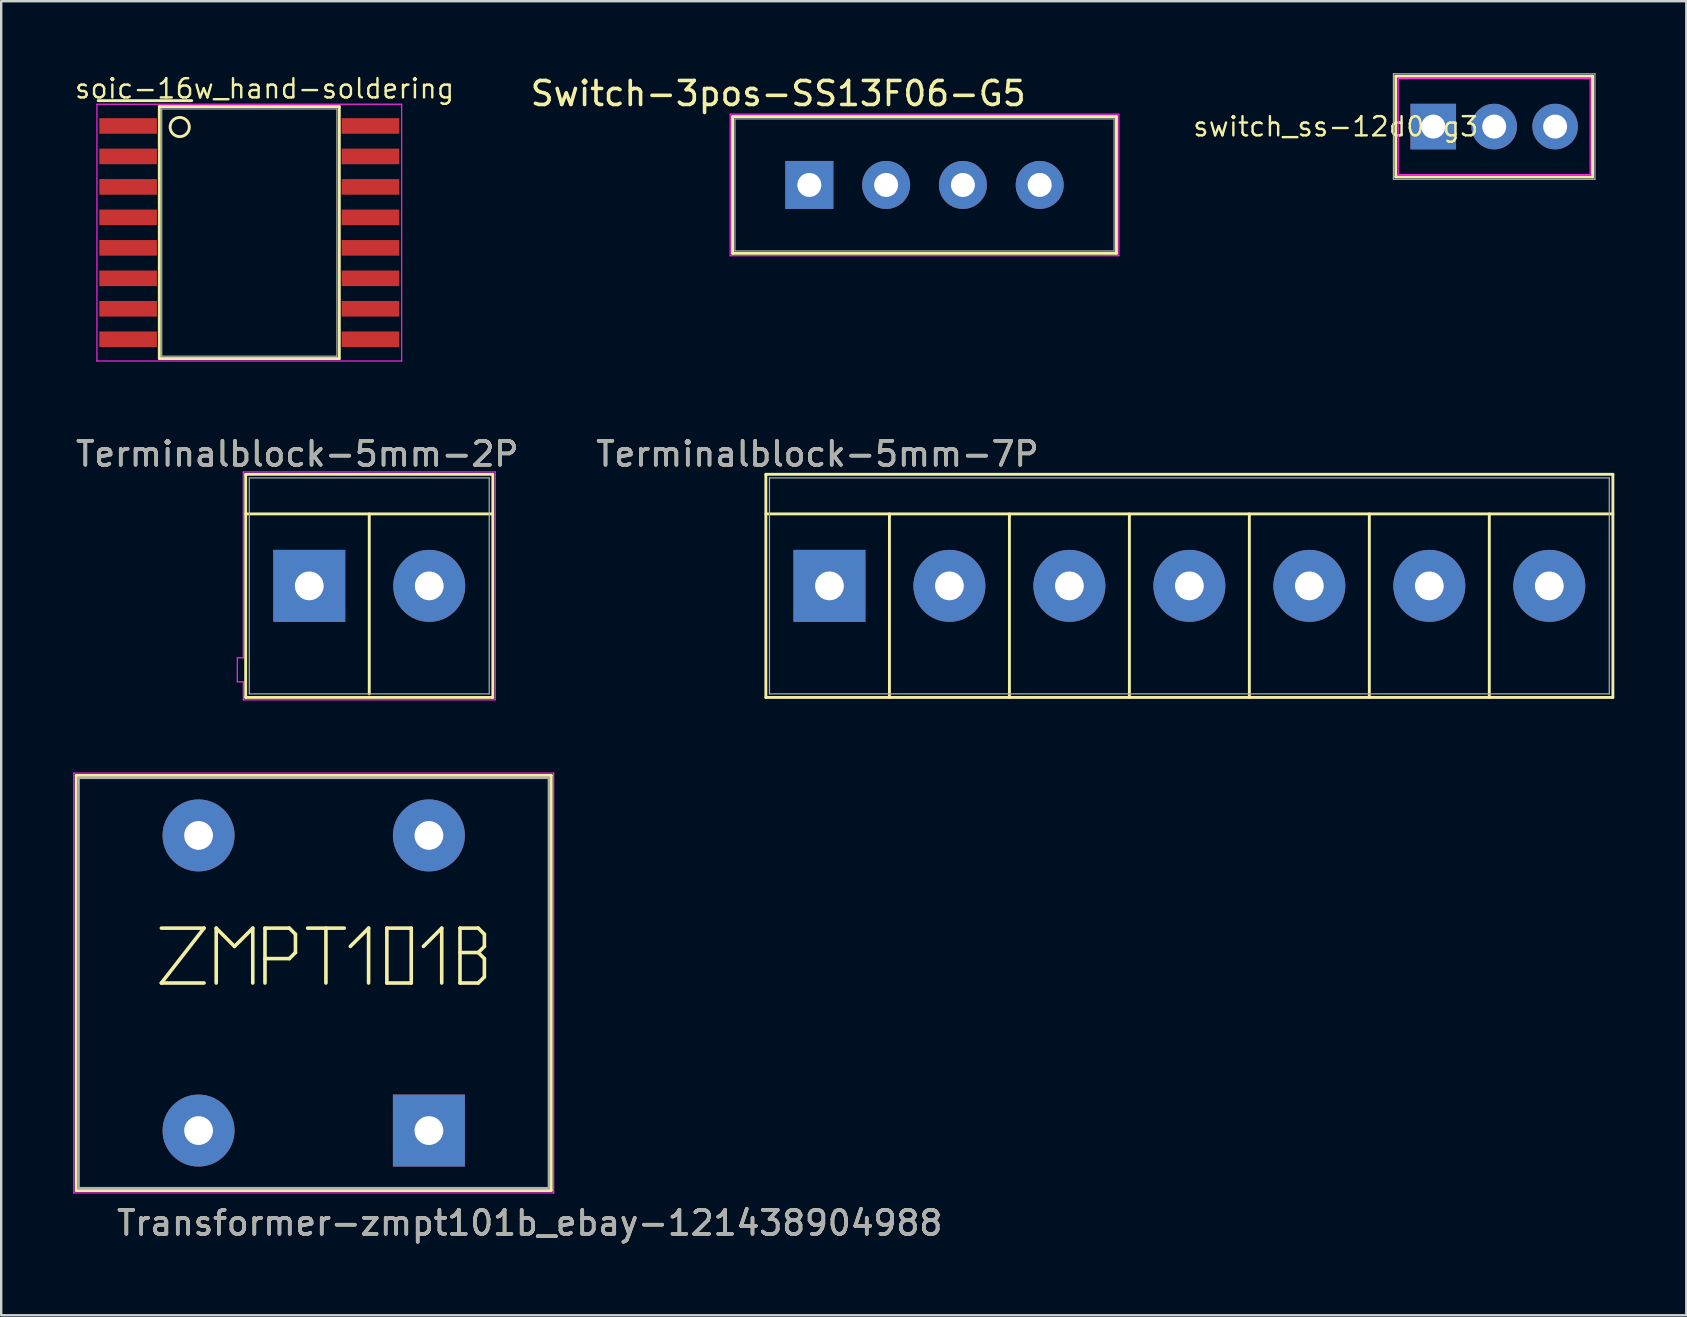
<source format=kicad_pcb>
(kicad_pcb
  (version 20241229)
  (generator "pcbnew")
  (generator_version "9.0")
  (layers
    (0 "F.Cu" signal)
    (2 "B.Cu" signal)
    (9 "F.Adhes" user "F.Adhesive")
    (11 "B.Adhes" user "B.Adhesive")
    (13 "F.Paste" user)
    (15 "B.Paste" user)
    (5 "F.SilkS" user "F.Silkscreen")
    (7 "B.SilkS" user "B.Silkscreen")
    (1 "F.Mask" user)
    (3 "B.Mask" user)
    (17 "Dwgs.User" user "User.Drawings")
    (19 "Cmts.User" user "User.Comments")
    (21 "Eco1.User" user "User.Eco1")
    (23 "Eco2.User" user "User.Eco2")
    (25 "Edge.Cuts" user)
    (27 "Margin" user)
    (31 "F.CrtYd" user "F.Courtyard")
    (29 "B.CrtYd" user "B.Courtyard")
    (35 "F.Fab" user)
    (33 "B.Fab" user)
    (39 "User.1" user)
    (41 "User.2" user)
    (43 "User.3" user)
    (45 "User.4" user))
  (footprint "Switch-3pos-SS13F06-G5"
    (layer "F.Cu")
    (at 30.654 4.658)
    (property "Reference" "Switch-3pos-SS13F06-G5" (at -1.27 -3.81 0) (layer "F.SilkS") (effects (font (size 1 1) (thickness 0.15))))
    (attr through_hole)
    (fp_line (start -3.174 -2.85) (end 12.826 -2.85) (stroke (width 0.12) (type solid)) (layer "F.SilkS"))
    (fp_line (start -3.174 2.85) (end -3.174 -2.85) (stroke (width 0.12) (type solid)) (layer "F.SilkS"))
    (fp_line (start 12.826 -2.85) (end 12.826 2.85) (stroke (width 0.12) (type solid)) (layer "F.SilkS"))
    (fp_line (start 12.826 2.85) (end -3.174 2.85) (stroke (width 0.12) (type solid)) (layer "F.SilkS"))
    (fp_line (start -3.274 -2.95) (end 12.926 -2.95) (stroke (width 0.05) (type solid)) (layer "F.CrtYd"))
    (fp_line (start -3.274 2.95) (end -3.274 -2.95) (stroke (width 0.05) (type solid)) (layer "F.CrtYd"))
    (fp_line (start 12.926 -2.95) (end 12.926 2.95) (stroke (width 0.05) (type solid)) (layer "F.CrtYd"))
    (fp_line (start 12.926 2.95) (end -3.274 2.95) (stroke (width 0.05) (type solid)) (layer "F.CrtYd"))
    (fp_line (start -3.074 -2.75) (end 12.726 -2.75) (stroke (width 0.05) (type solid)) (layer "F.Fab"))
    (fp_line (start -3.074 2.75) (end -3.074 -2.75) (stroke (width 0.05) (type solid)) (layer "F.Fab"))
    (fp_line (start 12.726 -2.75) (end 12.726 2.75) (stroke (width 0.05) (type solid)) (layer "F.Fab"))
    (fp_line (start 12.726 2.75) (end -3.074 2.75) (stroke (width 0.05) (type solid)) (layer "F.Fab"))
    (pad "1" thru_hole rect (at 0.026 0) (size 2 2) (drill 1) (layers "*.Cu" "*.Mask"))
    (pad "2" thru_hole circle (at 3.226 0) (size 2 2) (drill 1) (layers "*.Cu" "*.Mask"))
    (pad "3" thru_hole circle (at 6.426 0) (size 2 2) (drill 1) (layers "*.Cu" "*.Mask"))
    (pad "4" thru_hole circle (at 9.626 0) (size 2 2) (drill 1) (layers "*.Cu" "*.Mask")))
  (footprint "Terminalblock-5mm-2P"
    (layer "F.Cu")
    (at 9.839 21.367)
    (property "Reference" "Terminalblock-5mm-2P" (at -0.5 -5.5 0) (layer "F.SilkS") (effects (font (size 1 1) (thickness 0.15))))
    (attr through_hole)
    (fp_line (start -2.65 -4.65) (end 7.65 -4.65) (stroke (width 0.12) (type solid)) (layer "F.SilkS"))
    (fp_line (start -2.65 -3) (end 7.65 -3) (stroke (width 0.12) (type solid)) (layer "F.SilkS"))
    (fp_line (start -2.65 4.65) (end -2.65 -4.65) (stroke (width 0.12) (type solid)) (layer "F.SilkS"))
    (fp_line (start 2.5 4.5) (end 2.5 -3) (stroke (width 0.12) (type solid)) (layer "F.SilkS"))
    (fp_line (start 7.65 -4.65) (end 7.65 4.65) (stroke (width 0.12) (type solid)) (layer "F.SilkS"))
    (fp_line (start 7.65 4.65) (end -2.65 4.65) (stroke (width 0.12) (type solid)) (layer "F.SilkS"))
    (fp_line (start -3 3) (end -2.75 3) (stroke (width 0.05) (type solid)) (layer "F.CrtYd"))
    (fp_line (start -3 4) (end -3 3) (stroke (width 0.05) (type solid)) (layer "F.CrtYd"))
    (fp_line (start -2.75 -4.75) (end 7.75 -4.75) (stroke (width 0.05) (type solid)) (layer "F.CrtYd"))
    (fp_line (start -2.75 3) (end -2.75 -4.75) (stroke (width 0.05) (type solid)) (layer "F.CrtYd"))
    (fp_line (start -2.75 4) (end -3 4) (stroke (width 0.05) (type solid)) (layer "F.CrtYd"))
    (fp_line (start -2.75 4.75) (end -2.75 4) (stroke (width 0.05) (type solid)) (layer "F.CrtYd"))
    (fp_line (start 7.75 -4.75) (end 7.75 4.75) (stroke (width 0.05) (type solid)) (layer "F.CrtYd"))
    (fp_line (start 7.75 4.75) (end -2.75 4.75) (stroke (width 0.05) (type solid)) (layer "F.CrtYd"))
    (fp_line (start -2.5 -4.5) (end -2.5 4.5) (stroke (width 0.05) (type solid)) (layer "F.Fab"))
    (fp_line (start -2.5 4.5) (end 7.5 4.5) (stroke (width 0.05) (type solid)) (layer "F.Fab"))
    (fp_line (start 7.5 -4.5) (end -2.5 -4.5) (stroke (width 0.05) (type solid)) (layer "F.Fab"))
    (fp_line (start 7.5 4.5) (end 7.5 -4.5) (stroke (width 0.05) (type solid)) (layer "F.Fab"))
    (fp_text user "${REFERENCE}" (at -0.5 -5.5 0) (layer "F.Fab") (effects (font (size 1 1) (thickness 0.15))))
    (pad "1" thru_hole rect (at 0 0) (size 3 3) (drill 1.2) (layers "*.Cu" "*.Mask"))
    (pad "2" thru_hole circle (at 5 0) (size 3 3) (drill 1.2) (layers "*.Cu" "*.Mask")))
  (footprint "soic-16w_hand-soldering"
    (layer "F.Cu")
    (at 7.34 6.644)
    (property "Reference" "soic-16w_hand-soldering" (at 0.635 -6 0) (layer "F.SilkS") (effects (font (size 0.8 0.8) (thickness 0.1))))
    (attr smd)
    (fp_line (start -3.75 -5.25) (end 3.75 -5.25) (stroke (width 0.12) (type solid)) (layer "F.SilkS"))
    (fp_line (start -3.75 5.25) (end -3.75 -5.25) (stroke (width 0.12) (type solid)) (layer "F.SilkS"))
    (fp_line (start -2.4 -5.5) (end -6.3 -5.5) (stroke (width 0.12) (type solid)) (layer "F.SilkS"))
    (fp_line (start 3.75 -5.25) (end 3.75 5.25) (stroke (width 0.12) (type solid)) (layer "F.SilkS"))
    (fp_line (start 3.75 5.25) (end -3.75 5.25) (stroke (width 0.12) (type solid)) (layer "F.SilkS"))
    (fp_circle (center -2.9 -4.4) (end -2.5 -4.4) (stroke (width 0.12) (type solid)) (fill no) (layer "F.SilkS"))
    (fp_line (start -6.35 -5.35) (end 6.35 -5.35) (stroke (width 0.05) (type solid)) (layer "F.CrtYd"))
    (fp_line (start -6.35 5.35) (end -6.35 -5.35) (stroke (width 0.05) (type solid)) (layer "F.CrtYd"))
    (fp_line (start 6.35 -5.35) (end 6.35 5.35) (stroke (width 0.05) (type solid)) (layer "F.CrtYd"))
    (fp_line (start 6.35 5.35) (end -6.35 5.35) (stroke (width 0.05) (type solid)) (layer "F.CrtYd"))
    (fp_line (start -3.65 -5.15) (end 3.65 -5.15) (stroke (width 0.05) (type solid)) (layer "F.Fab"))
    (fp_line (start -3.65 5.15) (end -3.65 -5.15) (stroke (width 0.05) (type solid)) (layer "F.Fab"))
    (fp_line (start 3.65 -5.15) (end 3.65 5.15) (stroke (width 0.05) (type solid)) (layer "F.Fab"))
    (fp_line (start 3.65 5.15) (end -3.65 5.15) (stroke (width 0.05) (type solid)) (layer "F.Fab"))
    (pad "1" smd rect (at -5.05 -4.445) (size 2.4 0.65) (layers "F.Cu" "F.Mask" "F.Paste"))
    (pad "2" smd rect (at -5.05 -3.175) (size 2.4 0.65) (layers "F.Cu" "F.Mask" "F.Paste"))
    (pad "3" smd rect (at -5.05 -1.905) (size 2.4 0.65) (layers "F.Cu" "F.Mask" "F.Paste"))
    (pad "4" smd rect (at -5.05 -0.635) (size 2.4 0.65) (layers "F.Cu" "F.Mask" "F.Paste"))
    (pad "5" smd rect (at -5.05 0.635) (size 2.4 0.65) (layers "F.Cu" "F.Mask" "F.Paste"))
    (pad "6" smd rect (at -5.05 1.905) (size 2.4 0.65) (layers "F.Cu" "F.Mask" "F.Paste"))
    (pad "7" smd rect (at -5.05 3.175) (size 2.4 0.65) (layers "F.Cu" "F.Mask" "F.Paste"))
    (pad "8" smd rect (at -5.05 4.445) (size 2.4 0.65) (layers "F.Cu" "F.Mask" "F.Paste"))
    (pad "9" smd rect (at 5.05 4.445) (size 2.4 0.65) (layers "F.Cu" "F.Mask" "F.Paste"))
    (pad "10" smd rect (at 5.05 3.175) (size 2.4 0.65) (layers "F.Cu" "F.Mask" "F.Paste"))
    (pad "11" smd rect (at 5.05 1.905) (size 2.4 0.65) (layers "F.Cu" "F.Mask" "F.Paste"))
    (pad "12" smd rect (at 5.05 0.635) (size 2.4 0.65) (layers "F.Cu" "F.Mask" "F.Paste"))
    (pad "13" smd rect (at 5.05 -0.635) (size 2.4 0.65) (layers "F.Cu" "F.Mask" "F.Paste"))
    (pad "14" smd rect (at 5.05 -1.905) (size 2.4 0.65) (layers "F.Cu" "F.Mask" "F.Paste"))
    (pad "15" smd rect (at 5.05 -3.175) (size 2.4 0.65) (layers "F.Cu" "F.Mask" "F.Paste"))
    (pad "16" smd rect (at 5.05 -4.445) (size 2.4 0.65) (layers "F.Cu" "F.Mask" "F.Paste")))
  (footprint "Terminalblock-5mm-7P"
    (layer "F.Cu")
    (at 31.518 21.367)
    (property "Reference" "Terminalblock-5mm-7P" (at -0.5 -5.5 0) (layer "F.SilkS") (effects (font (size 1 1) (thickness 0.15))))
    (attr through_hole)
    (fp_line (start -2.65 -4.65) (end 32.65 -4.65) (stroke (width 0.12) (type solid)) (layer "F.SilkS"))
    (fp_line (start -2.65 -3) (end 32.65 -3) (stroke (width 0.12) (type solid)) (layer "F.SilkS"))
    (fp_line (start -2.65 4.65) (end -2.65 -4.65) (stroke (width 0.12) (type solid)) (layer "F.SilkS"))
    (fp_line (start 2.5 4.65) (end 2.5 -3) (stroke (width 0.12) (type solid)) (layer "F.SilkS"))
    (fp_line (start 7.5 4.65) (end 7.5 -3) (stroke (width 0.12) (type solid)) (layer "F.SilkS"))
    (fp_line (start 12.5 4.65) (end 12.5 -3) (stroke (width 0.12) (type solid)) (layer "F.SilkS"))
    (fp_line (start 17.5 4.65) (end 17.5 -3) (stroke (width 0.12) (type solid)) (layer "F.SilkS"))
    (fp_line (start 22.5 4.65) (end 22.5 -3) (stroke (width 0.12) (type solid)) (layer "F.SilkS"))
    (fp_line (start 27.5 4.65) (end 27.5 -3) (stroke (width 0.12) (type solid)) (layer "F.SilkS"))
    (fp_line (start 32.65 -4.65) (end 32.65 4.65) (stroke (width 0.12) (type solid)) (layer "F.SilkS"))
    (fp_line (start 32.65 4.65) (end -2.65 4.65) (stroke (width 0.12) (type solid)) (layer "F.SilkS"))
    (fp_line (start -2.5 -4.5) (end -2.5 4.5) (stroke (width 0.05) (type solid)) (layer "F.Fab"))
    (fp_line (start -2.5 4.5) (end 32.5 4.5) (stroke (width 0.05) (type solid)) (layer "F.Fab"))
    (fp_line (start 32.5 -4.5) (end -2.5 -4.5) (stroke (width 0.05) (type solid)) (layer "F.Fab"))
    (fp_line (start 32.5 4.5) (end 32.5 -4.5) (stroke (width 0.05) (type solid)) (layer "F.Fab"))
    (fp_text user "${REFERENCE}" (at -0.5 -5.5 0) (layer "F.Fab") (effects (font (size 1 1) (thickness 0.15))))
    (pad "1" thru_hole rect (at 0 0) (size 3 3) (drill 1.2) (layers "*.Cu" "*.Mask"))
    (pad "2" thru_hole circle (at 5 0) (size 3 3) (drill 1.2) (layers "*.Cu" "*.Mask"))
    (pad "3" thru_hole circle (at 10 0) (size 3 3) (drill 1.2) (layers "*.Cu" "*.Mask"))
    (pad "4" thru_hole circle (at 15 0) (size 3 3) (drill 1.2) (layers "*.Cu" "*.Mask"))
    (pad "5" thru_hole circle (at 20 0) (size 3 3) (drill 1.2) (layers "*.Cu" "*.Mask"))
    (pad "6" thru_hole circle (at 25 0) (size 3 3) (drill 1.2) (layers "*.Cu" "*.Mask"))
    (pad "7" thru_hole circle (at 30 0) (size 3 3) (drill 1.2) (layers "*.Cu" "*.Mask")))
  (footprint "Transformer-zmpt101b_ebay-121438904988"
    (layer "F.Cu")
    (at 10.025 37.917)
    (property "Reference" "Transformer-zmpt101b_ebay-121438904988" (at 9 10 0) (layer "F.SilkS") (effects (font (size 1 1) (thickness 0.15))))
    (attr through_hole)
    (fp_line (start -9.9 -8.65) (end -9.9 8.65) (stroke (width 0.12) (type solid)) (layer "F.SilkS"))
    (fp_line (start -9.9 -8.65) (end 9.9 -8.65) (stroke (width 0.12) (type solid)) (layer "F.SilkS"))
    (fp_line (start -9.9 8.65) (end 9.9 8.65) (stroke (width 0.12) (type solid)) (layer "F.SilkS"))
    (fp_line (start -6.35 -2.286) (end -4.572 -2.286) (stroke (width 0.15) (type solid)) (layer "F.SilkS"))
    (fp_line (start -6.35 0) (end -4.572 0) (stroke (width 0.15) (type solid)) (layer "F.SilkS"))
    (fp_line (start -4.572 -2.286) (end -6.35 0) (stroke (width 0.15) (type solid)) (layer "F.SilkS"))
    (fp_line (start -4.064 -2.286) (end -3.302 -1.524) (stroke (width 0.15) (type solid)) (layer "F.SilkS"))
    (fp_line (start -4.064 0) (end -4.064 -2.286) (stroke (width 0.15) (type solid)) (layer "F.SilkS"))
    (fp_line (start -3.302 -1.524) (end -2.54 -2.286) (stroke (width 0.15) (type solid)) (layer "F.SilkS"))
    (fp_line (start -2.54 -2.286) (end -2.54 0) (stroke (width 0.15) (type solid)) (layer "F.SilkS"))
    (fp_line (start -2.032 -2.286) (end -1.016 -2.286) (stroke (width 0.15) (type solid)) (layer "F.SilkS"))
    (fp_line (start -2.032 0) (end -2.032 -2.286) (stroke (width 0.15) (type solid)) (layer "F.SilkS"))
    (fp_line (start -1.016 -2.286) (end -0.762 -2.032) (stroke (width 0.15) (type solid)) (layer "F.SilkS"))
    (fp_line (start -1.016 -1.016) (end -2.032 -1.016) (stroke (width 0.15) (type solid)) (layer "F.SilkS"))
    (fp_line (start -0.762 -2.032) (end -0.762 -1.27) (stroke (width 0.15) (type solid)) (layer "F.SilkS"))
    (fp_line (start -0.762 -1.27) (end -1.016 -1.016) (stroke (width 0.15) (type solid)) (layer "F.SilkS"))
    (fp_line (start -0.254 -2.286) (end 1.27 -2.286) (stroke (width 0.15) (type solid)) (layer "F.SilkS"))
    (fp_line (start 0.508 -2.286) (end 0.508 0) (stroke (width 0.15) (type solid)) (layer "F.SilkS"))
    (fp_line (start 1.524 -1.524) (end 2.286 -2.286) (stroke (width 0.15) (type solid)) (layer "F.SilkS"))
    (fp_line (start 2.286 -2.286) (end 2.286 0) (stroke (width 0.15) (type solid)) (layer "F.SilkS"))
    (fp_line (start 3.048 -2.286) (end 4.064 -2.286) (stroke (width 0.15) (type solid)) (layer "F.SilkS"))
    (fp_line (start 3.048 0) (end 3.048 -2.286) (stroke (width 0.15) (type solid)) (layer "F.SilkS"))
    (fp_line (start 4.064 -2.286) (end 4.064 0) (stroke (width 0.15) (type solid)) (layer "F.SilkS"))
    (fp_line (start 4.064 0) (end 3.048 0) (stroke (width 0.15) (type solid)) (layer "F.SilkS"))
    (fp_line (start 4.572 -1.524) (end 5.334 -2.286) (stroke (width 0.15) (type solid)) (layer "F.SilkS"))
    (fp_line (start 5.334 -2.286) (end 5.334 0) (stroke (width 0.15) (type solid)) (layer "F.SilkS"))
    (fp_line (start 6.096 -2.286) (end 6.096 0) (stroke (width 0.15) (type solid)) (layer "F.SilkS"))
    (fp_line (start 6.096 -2.286) (end 6.858 -2.286) (stroke (width 0.15) (type solid)) (layer "F.SilkS"))
    (fp_line (start 6.096 0) (end 6.858 0) (stroke (width 0.15) (type solid)) (layer "F.SilkS"))
    (fp_line (start 6.858 -2.286) (end 7.112 -2.032) (stroke (width 0.15) (type solid)) (layer "F.SilkS"))
    (fp_line (start 6.858 -1.27) (end 6.096 -1.27) (stroke (width 0.15) (type solid)) (layer "F.SilkS"))
    (fp_line (start 6.858 0) (end 7.112 -0.254) (stroke (width 0.15) (type solid)) (layer "F.SilkS"))
    (fp_line (start 7.112 -2.032) (end 7.112 -1.524) (stroke (width 0.15) (type solid)) (layer "F.SilkS"))
    (fp_line (start 7.112 -1.524) (end 6.858 -1.27) (stroke (width 0.15) (type solid)) (layer "F.SilkS"))
    (fp_line (start 7.112 -1.016) (end 6.858 -1.27) (stroke (width 0.15) (type solid)) (layer "F.SilkS"))
    (fp_line (start 7.112 -0.254) (end 7.112 -1.016) (stroke (width 0.15) (type solid)) (layer "F.SilkS"))
    (fp_line (start 9.9 -8.65) (end 9.9 8.65) (stroke (width 0.12) (type solid)) (layer "F.SilkS"))
    (fp_line (start -10 -8.75) (end -10 8.75) (stroke (width 0.05) (type solid)) (layer "F.CrtYd"))
    (fp_line (start -10 -8.75) (end 10 -8.75) (stroke (width 0.05) (type solid)) (layer "F.CrtYd"))
    (fp_line (start -10 8.75) (end 10 8.75) (stroke (width 0.05) (type solid)) (layer "F.CrtYd"))
    (fp_line (start 10 -8.75) (end 10 8.75) (stroke (width 0.05) (type solid)) (layer "F.CrtYd"))
    (fp_line (start -9.8 -8.55) (end -9.8 8.55) (stroke (width 0.1) (type solid)) (layer "F.Fab"))
    (fp_line (start -9.8 -8.55) (end 9.8 -8.55) (stroke (width 0.1) (type solid)) (layer "F.Fab"))
    (fp_line (start -9.8 8.55) (end 9.8 8.55) (stroke (width 0.1) (type solid)) (layer "F.Fab"))
    (fp_line (start 9.8 -8.55) (end 9.8 8.55) (stroke (width 0.1) (type solid)) (layer "F.Fab"))
    (fp_text user "${REFERENCE}" (at 9 10 0) (layer "F.Fab") (effects (font (size 1 1) (thickness 0.15))))
    (pad "1" thru_hole rect (at 4.8 6.15) (size 3 3) (drill 1.2) (layers "*.Cu" "*.Mask"))
    (pad "2" thru_hole circle (at 4.8 -6.15) (size 3 3) (drill 1.2) (layers "*.Cu" "*.Mask"))
    (pad "3" thru_hole circle (at -4.8 6.15) (size 3 3) (drill 1.2) (layers "*.Cu" "*.Mask"))
    (pad "4" thru_hole circle (at -4.8 -6.15) (size 3 3) (drill 1.2) (layers "*.Cu" "*.Mask")))
  (footprint "switch_ss-12d00g3"
    (layer "F.Cu")
    (at 59.222 2.225)
    (property "Reference" "switch_ss-12d00g3" (at -6.604 0 0) (layer "F.SilkS") (effects (font (size 0.8 0.8) (thickness 0.1))))
    (attr through_hole)
    (fp_line (start -4.1 -2.1) (end 4.1 -2.1) (stroke (width 0.12) (type solid)) (layer "F.SilkS"))
    (fp_line (start -4.1 2.1) (end -4.1 -2.1) (stroke (width 0.12) (type solid)) (layer "F.SilkS"))
    (fp_line (start 4.1 -2.1) (end 4.1 2.1) (stroke (width 0.12) (type solid)) (layer "F.SilkS"))
    (fp_line (start 4.1 2.1) (end -4.1 2.1) (stroke (width 0.12) (type solid)) (layer "F.SilkS"))
    (fp_line (start -4 -2) (end 4 -2) (stroke (width 0.05) (type solid)) (layer "F.CrtYd"))
    (fp_line (start -4 2) (end -4 -2) (stroke (width 0.05) (type solid)) (layer "F.CrtYd"))
    (fp_line (start 4 -2) (end 4 2) (stroke (width 0.05) (type solid)) (layer "F.CrtYd"))
    (fp_line (start 4 2) (end -4 2) (stroke (width 0.05) (type solid)) (layer "F.CrtYd"))
    (fp_line (start -4.2 -2.2) (end 4.2 -2.2) (stroke (width 0.05) (type solid)) (layer "F.Fab"))
    (fp_line (start -4.2 2.2) (end -4.2 -2.2) (stroke (width 0.05) (type solid)) (layer "F.Fab"))
    (fp_line (start 4.2 -2.2) (end 4.2 2.2) (stroke (width 0.05) (type solid)) (layer "F.Fab"))
    (fp_line (start 4.2 2.2) (end -4.2 2.2) (stroke (width 0.05) (type solid)) (layer "F.Fab"))
    (pad "1" thru_hole rect (at -2.54 0) (size 1.9 1.9) (drill 1) (layers "*.Cu" "*.Mask"))
    (pad "2" thru_hole circle (at 0 0) (size 1.9 1.9) (drill 1) (layers "*.Cu" "*.Mask"))
    (pad "3" thru_hole circle (at 2.54 0) (size 1.9 1.9) (drill 1) (layers "*.Cu" "*.Mask")))
  (gr_rect
    (start -3 -3)
    (end 67.228 51.765)
    (stroke (width 0.1) (type default))
    (fill no)
    (layer "Edge.Cuts")))
</source>
